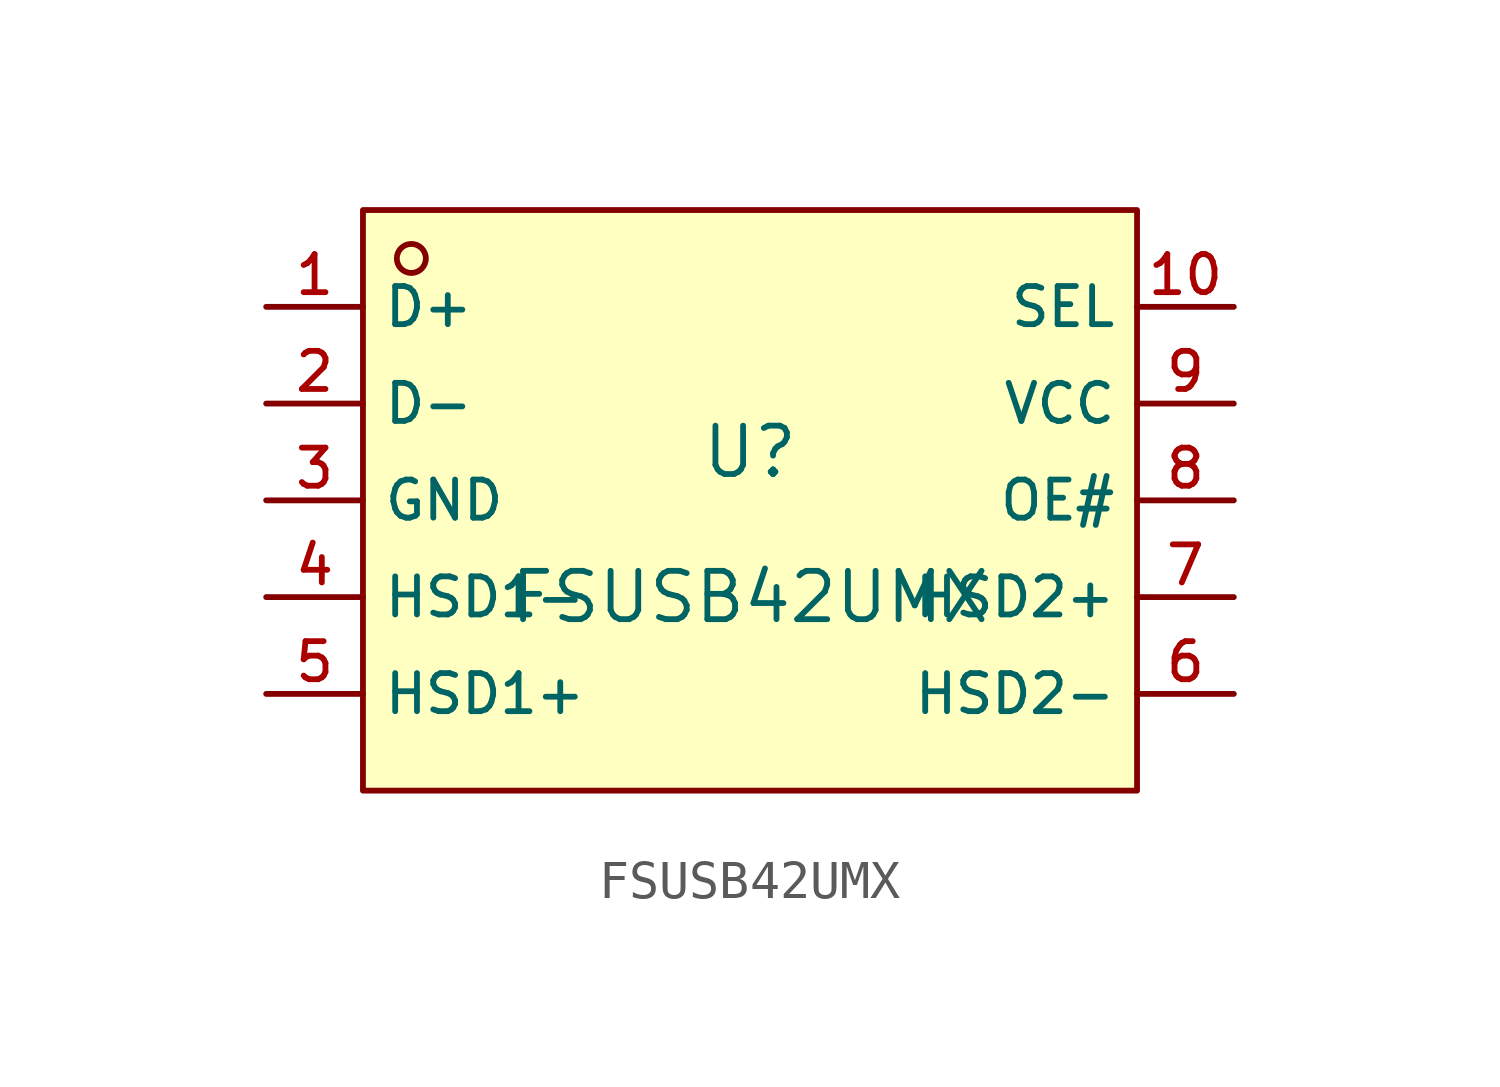
<source format=kicad_sym>
(kicad_symbol_lib
  (version 20210201)
  (generator TousstNicolas/JLC2KiCad_lib)
  (symbol "FSUSB42UMX"
    (property "Reference" "U"
      (at 0 1.27 0)
      (effects (font (size 1.27 1.27))))
    (property "Value" "FSUSB42UMX"
      (at 0 -2.54 0)
      (effects (font (size 1.27 1.27))))
    (symbol "FSUSB42UMX_0_1"
      (rectangle (start -10.16 7.62) (end 10.16 -7.62) (stroke (width 0) (type default) (color 0 0 0 0)) (fill (type background)))
      (circle (center -8.89 6.35) (radius 0.381) (stroke (width 0) (type default) (color 0 0 0 0)) (fill (type background)))
      (pin unspecified line (at -12.7 5.08 0) (length 2.54) (name "D+" (effects (font (size 1 1)))) (number "1" (effects (font (size 1 1)))))
      (pin unspecified line (at -12.7 2.54 0) (length 2.54) (name "D-" (effects (font (size 1 1)))) (number "2" (effects (font (size 1 1)))))
      (pin unspecified line (at -12.7 -0.0 0) (length 2.54) (name "GND" (effects (font (size 1 1)))) (number "3" (effects (font (size 1 1)))))
      (pin unspecified line (at -12.7 -2.54 0) (length 2.54) (name "HSD1-" (effects (font (size 1 1)))) (number "4" (effects (font (size 1 1)))))
      (pin unspecified line (at -12.7 -5.08 0) (length 2.54) (name "HSD1+" (effects (font (size 1 1)))) (number "5" (effects (font (size 1 1)))))
      (pin unspecified line (at 12.7 -5.08 180) (length 2.54) (name "HSD2-" (effects (font (size 1 1)))) (number "6" (effects (font (size 1 1)))))
      (pin unspecified line (at 12.7 -2.54 180) (length 2.54) (name "HSD2+" (effects (font (size 1 1)))) (number "7" (effects (font (size 1 1)))))
      (pin unspecified line (at 12.7 -0.0 180) (length 2.54) (name "OE#" (effects (font (size 1 1)))) (number "8" (effects (font (size 1 1)))))
      (pin unspecified line (at 12.7 2.54 180) (length 2.54) (name "VCC" (effects (font (size 1 1)))) (number "9" (effects (font (size 1 1)))))
      (pin unspecified line (at 12.7 5.08 180) (length 2.54) (name "SEL" (effects (font (size 1 1)))) (number "10" (effects (font (size 1 1))))))))
</source>
